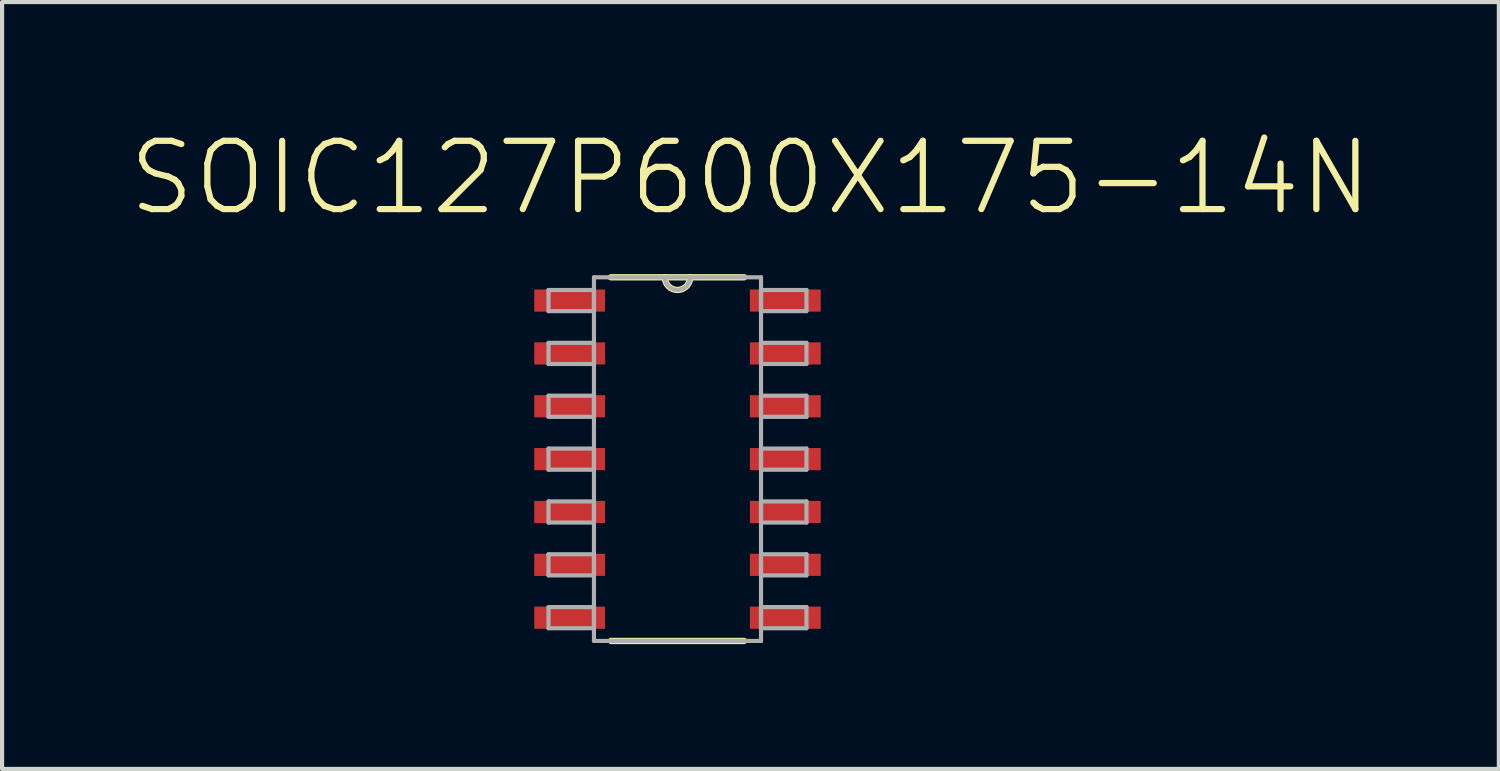
<source format=kicad_pcb>
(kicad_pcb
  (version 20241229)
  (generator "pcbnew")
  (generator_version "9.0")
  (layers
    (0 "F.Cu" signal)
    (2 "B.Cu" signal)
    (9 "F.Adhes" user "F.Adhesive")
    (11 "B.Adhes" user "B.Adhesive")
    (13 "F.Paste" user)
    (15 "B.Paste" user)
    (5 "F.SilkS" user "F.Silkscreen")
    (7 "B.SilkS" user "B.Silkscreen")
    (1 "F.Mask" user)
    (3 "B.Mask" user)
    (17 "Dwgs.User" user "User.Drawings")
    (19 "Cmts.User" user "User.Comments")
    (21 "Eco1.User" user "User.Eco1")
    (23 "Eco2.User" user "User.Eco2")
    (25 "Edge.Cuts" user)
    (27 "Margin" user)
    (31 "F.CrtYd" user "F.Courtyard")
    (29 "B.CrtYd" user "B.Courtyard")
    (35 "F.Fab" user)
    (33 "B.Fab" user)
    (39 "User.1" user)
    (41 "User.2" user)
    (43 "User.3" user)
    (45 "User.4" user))
  (footprint "SOIC127P600X175-14N"
    (layer "F.Cu")
    (at 13.229 7.982)
    (property "Reference" "SOIC127P600X175-14N" (at 1.753 -6.759 0) (layer "F.SilkS") (effects (font (size 1.641 1.641) (thickness 0.15))))
    (attr smd)
    (fp_line (start -1.6 4.369) (end 1.6 4.369) (stroke (width 0.152) (type solid)) (layer "F.SilkS"))
    (fp_line (start -0.305 -4.369) (end -1.6 -4.369) (stroke (width 0.152) (type solid)) (layer "F.SilkS"))
    (fp_line (start 0.305 -4.369) (end -0.305 -4.369) (stroke (width 0.152) (type solid)) (layer "F.SilkS"))
    (fp_line (start 1.6 -4.369) (end 0.305 -4.369) (stroke (width 0.152) (type solid)) (layer "F.SilkS"))
    (fp_arc (start 0.3048 -4.3688) (mid 0 -4.064) (end -0.3048 -4.3688) (stroke (width 0.1524) (type solid)) (layer "F.SilkS"))
    (fp_line (start -3.099 -4.064) (end -3.099 -3.556) (stroke (width 0.1) (type solid)) (layer "F.Fab"))
    (fp_line (start -3.099 -3.556) (end -2.007 -3.556) (stroke (width 0.1) (type solid)) (layer "F.Fab"))
    (fp_line (start -3.099 -2.794) (end -3.099 -2.286) (stroke (width 0.1) (type solid)) (layer "F.Fab"))
    (fp_line (start -3.099 -2.286) (end -2.007 -2.286) (stroke (width 0.1) (type solid)) (layer "F.Fab"))
    (fp_line (start -3.099 -1.524) (end -3.099 -1.016) (stroke (width 0.1) (type solid)) (layer "F.Fab"))
    (fp_line (start -3.099 -1.016) (end -2.007 -1.016) (stroke (width 0.1) (type solid)) (layer "F.Fab"))
    (fp_line (start -3.099 -0.254) (end -3.099 0.254) (stroke (width 0.1) (type solid)) (layer "F.Fab"))
    (fp_line (start -3.099 0.254) (end -2.007 0.254) (stroke (width 0.1) (type solid)) (layer "F.Fab"))
    (fp_line (start -3.099 1.016) (end -3.099 1.524) (stroke (width 0.1) (type solid)) (layer "F.Fab"))
    (fp_line (start -3.099 1.524) (end -2.007 1.524) (stroke (width 0.1) (type solid)) (layer "F.Fab"))
    (fp_line (start -3.099 2.286) (end -3.099 2.794) (stroke (width 0.1) (type solid)) (layer "F.Fab"))
    (fp_line (start -3.099 2.794) (end -2.007 2.794) (stroke (width 0.1) (type solid)) (layer "F.Fab"))
    (fp_line (start -3.099 3.556) (end -3.099 4.064) (stroke (width 0.1) (type solid)) (layer "F.Fab"))
    (fp_line (start -3.099 4.064) (end -2.007 4.064) (stroke (width 0.1) (type solid)) (layer "F.Fab"))
    (fp_line (start -2.007 -4.369) (end -2.007 4.369) (stroke (width 0.1) (type solid)) (layer "F.Fab"))
    (fp_line (start -2.007 -4.064) (end -3.099 -4.064) (stroke (width 0.1) (type solid)) (layer "F.Fab"))
    (fp_line (start -2.007 -3.556) (end -2.007 -4.064) (stroke (width 0.1) (type solid)) (layer "F.Fab"))
    (fp_line (start -2.007 -2.794) (end -3.099 -2.794) (stroke (width 0.1) (type solid)) (layer "F.Fab"))
    (fp_line (start -2.007 -2.286) (end -2.007 -2.794) (stroke (width 0.1) (type solid)) (layer "F.Fab"))
    (fp_line (start -2.007 -1.524) (end -3.099 -1.524) (stroke (width 0.1) (type solid)) (layer "F.Fab"))
    (fp_line (start -2.007 -1.016) (end -2.007 -1.524) (stroke (width 0.1) (type solid)) (layer "F.Fab"))
    (fp_line (start -2.007 -0.254) (end -3.099 -0.254) (stroke (width 0.1) (type solid)) (layer "F.Fab"))
    (fp_line (start -2.007 0.254) (end -2.007 -0.254) (stroke (width 0.1) (type solid)) (layer "F.Fab"))
    (fp_line (start -2.007 1.016) (end -3.099 1.016) (stroke (width 0.1) (type solid)) (layer "F.Fab"))
    (fp_line (start -2.007 1.524) (end -2.007 1.016) (stroke (width 0.1) (type solid)) (layer "F.Fab"))
    (fp_line (start -2.007 2.286) (end -3.099 2.286) (stroke (width 0.1) (type solid)) (layer "F.Fab"))
    (fp_line (start -2.007 2.794) (end -2.007 2.286) (stroke (width 0.1) (type solid)) (layer "F.Fab"))
    (fp_line (start -2.007 3.556) (end -3.099 3.556) (stroke (width 0.1) (type solid)) (layer "F.Fab"))
    (fp_line (start -2.007 4.064) (end -2.007 3.556) (stroke (width 0.1) (type solid)) (layer "F.Fab"))
    (fp_line (start -2.007 4.369) (end 2.007 4.369) (stroke (width 0.1) (type solid)) (layer "F.Fab"))
    (fp_line (start -0.305 -4.369) (end -2.007 -4.369) (stroke (width 0.1) (type solid)) (layer "F.Fab"))
    (fp_line (start 0.305 -4.369) (end -0.305 -4.369) (stroke (width 0.1) (type solid)) (layer "F.Fab"))
    (fp_line (start 2.007 -4.369) (end 0.305 -4.369) (stroke (width 0.1) (type solid)) (layer "F.Fab"))
    (fp_line (start 2.007 -4.064) (end 2.007 -3.556) (stroke (width 0.1) (type solid)) (layer "F.Fab"))
    (fp_line (start 2.007 -3.556) (end 3.099 -3.556) (stroke (width 0.1) (type solid)) (layer "F.Fab"))
    (fp_line (start 2.007 -2.794) (end 2.007 -2.286) (stroke (width 0.1) (type solid)) (layer "F.Fab"))
    (fp_line (start 2.007 -2.286) (end 3.099 -2.286) (stroke (width 0.1) (type solid)) (layer "F.Fab"))
    (fp_line (start 2.007 -1.524) (end 2.007 -1.016) (stroke (width 0.1) (type solid)) (layer "F.Fab"))
    (fp_line (start 2.007 -1.016) (end 3.099 -1.016) (stroke (width 0.1) (type solid)) (layer "F.Fab"))
    (fp_line (start 2.007 -0.254) (end 2.007 0.254) (stroke (width 0.1) (type solid)) (layer "F.Fab"))
    (fp_line (start 2.007 0.254) (end 3.099 0.254) (stroke (width 0.1) (type solid)) (layer "F.Fab"))
    (fp_line (start 2.007 1.016) (end 2.007 1.524) (stroke (width 0.1) (type solid)) (layer "F.Fab"))
    (fp_line (start 2.007 1.524) (end 3.099 1.524) (stroke (width 0.1) (type solid)) (layer "F.Fab"))
    (fp_line (start 2.007 2.286) (end 2.007 2.794) (stroke (width 0.1) (type solid)) (layer "F.Fab"))
    (fp_line (start 2.007 2.794) (end 3.099 2.794) (stroke (width 0.1) (type solid)) (layer "F.Fab"))
    (fp_line (start 2.007 3.556) (end 2.007 4.064) (stroke (width 0.1) (type solid)) (layer "F.Fab"))
    (fp_line (start 2.007 4.064) (end 3.099 4.064) (stroke (width 0.1) (type solid)) (layer "F.Fab"))
    (fp_line (start 2.007 4.369) (end 2.007 -4.369) (stroke (width 0.1) (type solid)) (layer "F.Fab"))
    (fp_line (start 3.099 -4.064) (end 2.007 -4.064) (stroke (width 0.1) (type solid)) (layer "F.Fab"))
    (fp_line (start 3.099 -3.556) (end 3.099 -4.064) (stroke (width 0.1) (type solid)) (layer "F.Fab"))
    (fp_line (start 3.099 -2.794) (end 2.007 -2.794) (stroke (width 0.1) (type solid)) (layer "F.Fab"))
    (fp_line (start 3.099 -2.286) (end 3.099 -2.794) (stroke (width 0.1) (type solid)) (layer "F.Fab"))
    (fp_line (start 3.099 -1.524) (end 2.007 -1.524) (stroke (width 0.1) (type solid)) (layer "F.Fab"))
    (fp_line (start 3.099 -1.016) (end 3.099 -1.524) (stroke (width 0.1) (type solid)) (layer "F.Fab"))
    (fp_line (start 3.099 -0.254) (end 2.007 -0.254) (stroke (width 0.1) (type solid)) (layer "F.Fab"))
    (fp_line (start 3.099 0.254) (end 3.099 -0.254) (stroke (width 0.1) (type solid)) (layer "F.Fab"))
    (fp_line (start 3.099 1.016) (end 2.007 1.016) (stroke (width 0.1) (type solid)) (layer "F.Fab"))
    (fp_line (start 3.099 1.524) (end 3.099 1.016) (stroke (width 0.1) (type solid)) (layer "F.Fab"))
    (fp_line (start 3.099 2.286) (end 2.007 2.286) (stroke (width 0.1) (type solid)) (layer "F.Fab"))
    (fp_line (start 3.099 2.794) (end 3.099 2.286) (stroke (width 0.1) (type solid)) (layer "F.Fab"))
    (fp_line (start 3.099 3.556) (end 2.007 3.556) (stroke (width 0.1) (type solid)) (layer "F.Fab"))
    (fp_line (start 3.099 4.064) (end 3.099 3.556) (stroke (width 0.1) (type solid)) (layer "F.Fab"))
    (fp_arc (start 0.3048 -4.3688) (mid 0 -4.064) (end -0.3048 -4.3688) (stroke (width 0.1) (type solid)) (layer "F.Fab"))
    (pad "1" smd rect (at -2.591 -3.81) (size 1.702 0.533) (layers "F.Cu" "F.Mask" "F.Paste"))
    (pad "2" smd rect (at -2.591 -2.54) (size 1.702 0.533) (layers "F.Cu" "F.Mask" "F.Paste"))
    (pad "3" smd rect (at -2.591 -1.27) (size 1.702 0.533) (layers "F.Cu" "F.Mask" "F.Paste"))
    (pad "4" smd rect (at -2.591 0) (size 1.702 0.533) (layers "F.Cu" "F.Mask" "F.Paste"))
    (pad "5" smd rect (at -2.591 1.27) (size 1.702 0.533) (layers "F.Cu" "F.Mask" "F.Paste"))
    (pad "6" smd rect (at -2.591 2.54) (size 1.702 0.533) (layers "F.Cu" "F.Mask" "F.Paste"))
    (pad "7" smd rect (at -2.591 3.81) (size 1.702 0.533) (layers "F.Cu" "F.Mask" "F.Paste"))
    (pad "8" smd rect (at 2.591 3.81) (size 1.702 0.533) (layers "F.Cu" "F.Mask" "F.Paste"))
    (pad "9" smd rect (at 2.591 2.54) (size 1.702 0.533) (layers "F.Cu" "F.Mask" "F.Paste"))
    (pad "10" smd rect (at 2.591 1.27) (size 1.702 0.533) (layers "F.Cu" "F.Mask" "F.Paste"))
    (pad "11" smd rect (at 2.591 0) (size 1.702 0.533) (layers "F.Cu" "F.Mask" "F.Paste"))
    (pad "12" smd rect (at 2.591 -1.27) (size 1.702 0.533) (layers "F.Cu" "F.Mask" "F.Paste"))
    (pad "13" smd rect (at 2.591 -2.54) (size 1.702 0.533) (layers "F.Cu" "F.Mask" "F.Paste"))
    (pad "14" smd rect (at 2.591 -3.81) (size 1.702 0.533) (layers "F.Cu" "F.Mask" "F.Paste")))
  (gr_rect
    (start -3 -3)
    (end 32.965 15.427)
    (stroke (width 0.1) (type default))
    (fill no)
    (layer "Edge.Cuts")))
</source>
